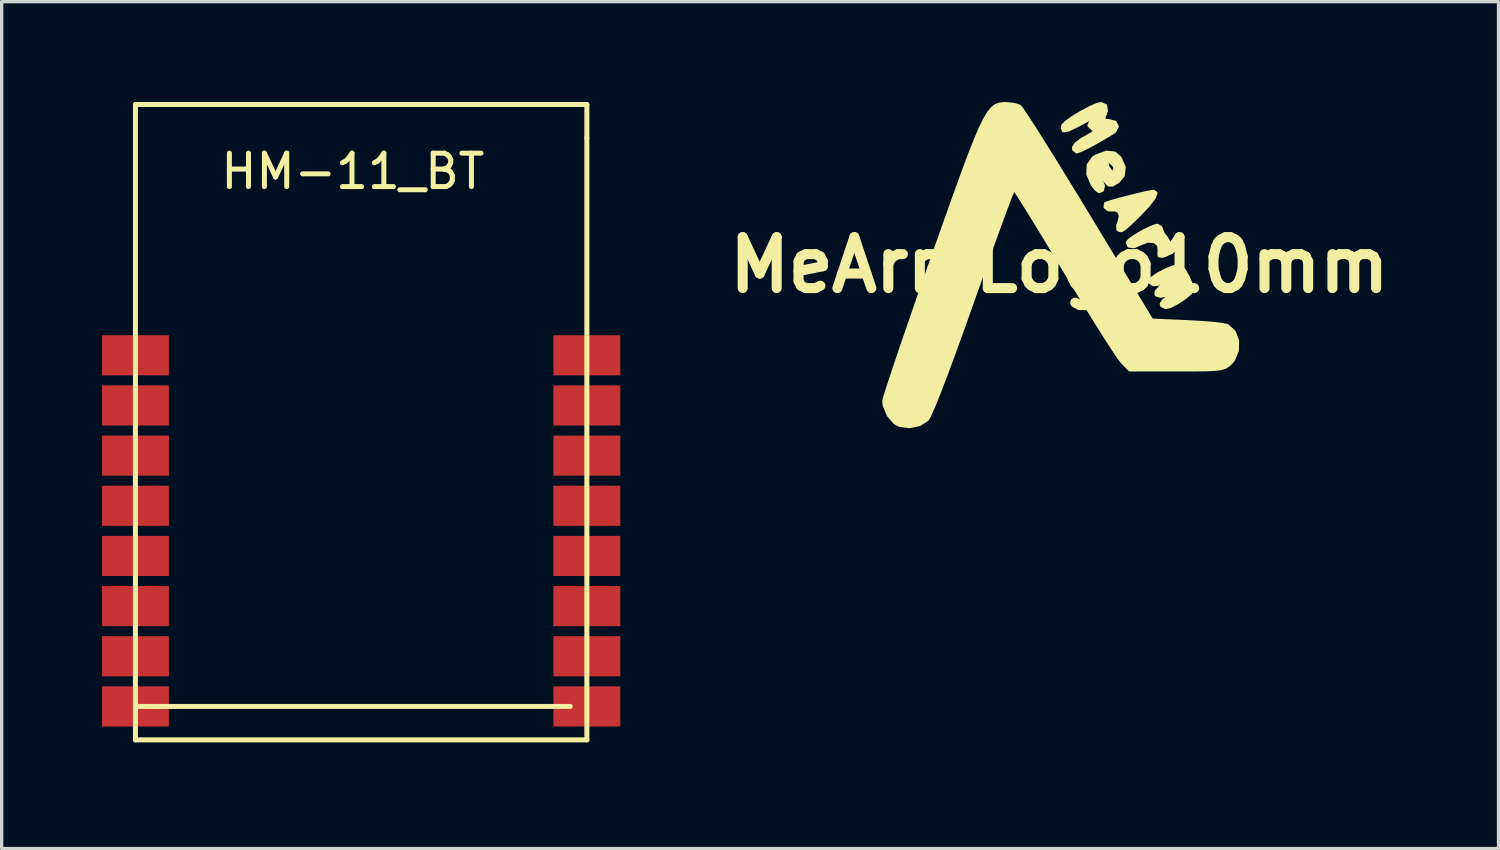
<source format=kicad_pcb>
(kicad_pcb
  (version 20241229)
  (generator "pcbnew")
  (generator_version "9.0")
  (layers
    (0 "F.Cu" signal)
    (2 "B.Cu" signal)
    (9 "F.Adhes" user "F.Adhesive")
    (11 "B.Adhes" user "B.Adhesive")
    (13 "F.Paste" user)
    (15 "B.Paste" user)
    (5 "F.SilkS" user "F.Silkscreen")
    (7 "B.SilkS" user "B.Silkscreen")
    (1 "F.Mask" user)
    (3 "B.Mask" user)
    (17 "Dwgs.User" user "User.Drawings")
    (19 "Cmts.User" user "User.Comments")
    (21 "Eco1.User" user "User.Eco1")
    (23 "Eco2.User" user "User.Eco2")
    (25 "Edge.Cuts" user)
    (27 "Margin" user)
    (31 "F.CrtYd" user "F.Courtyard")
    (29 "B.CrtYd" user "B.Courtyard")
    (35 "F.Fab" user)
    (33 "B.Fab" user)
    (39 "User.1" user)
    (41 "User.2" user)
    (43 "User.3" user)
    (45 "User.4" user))
  (footprint "HM-11_BT"
    (layer "F.Cu")
    (at 7.5 19.075)
    (property "Reference" "HM-11_BT" (at 0 -17 0) (layer "F.SilkS") (effects (font (size 1 1) (thickness 0.15))))
    (attr through_hole)
    (fp_line (start -6.5 -19) (end -6.5 0) (stroke (width 0.15) (type solid)) (layer "F.SilkS"))
    (fp_line (start -6.5 0) (end 7 0) (stroke (width 0.15) (type solid)) (layer "F.SilkS"))
    (fp_line (start 6.5 -1) (end -6.5 -1) (stroke (width 0.15) (type solid)) (layer "F.SilkS"))
    (fp_line (start 7 -19) (end -6.5 -19) (stroke (width 0.15) (type solid)) (layer "F.SilkS"))
    (fp_line (start 7 -18) (end 7 -19) (stroke (width 0.15) (type solid)) (layer "F.SilkS"))
    (fp_line (start 7 0) (end 7 -18) (stroke (width 0.15) (type solid)) (layer "F.SilkS"))
    (pad "1" smd rect (at -6.5 -11.5) (size 2 1.2) (layers "F.Cu" "F.Mask" "F.Paste"))
    (pad "2" smd rect (at -6.5 -10) (size 2 1.2) (layers "F.Cu" "F.Mask" "F.Paste"))
    (pad "3" smd rect (at -6.5 -8.5) (size 2 1.2) (layers "F.Cu" "F.Mask" "F.Paste"))
    (pad "4" smd rect (at -6.5 -7) (size 2 1.2) (layers "F.Cu" "F.Mask" "F.Paste"))
    (pad "5" smd rect (at -6.5 -5.5) (size 2 1.2) (layers "F.Cu" "F.Mask" "F.Paste"))
    (pad "6" smd rect (at -6.5 -4) (size 2 1.2) (layers "F.Cu" "F.Mask" "F.Paste"))
    (pad "7" smd rect (at -6.5 -2.5) (size 2 1.2) (layers "F.Cu" "F.Mask" "F.Paste"))
    (pad "8" smd rect (at -6.5 -1) (size 2 1.2) (layers "F.Cu" "F.Mask" "F.Paste"))
    (pad "9" smd rect (at 7 -1) (size 2 1.2) (layers "F.Cu" "F.Mask" "F.Paste"))
    (pad "10" smd rect (at 7 -2.5) (size 2 1.2) (layers "F.Cu" "F.Mask" "F.Paste"))
    (pad "11" smd rect (at 7 -4) (size 2 1.2) (layers "F.Cu" "F.Mask" "F.Paste"))
    (pad "12" smd rect (at 7 -5.5) (size 2 1.2) (layers "F.Cu" "F.Mask" "F.Paste"))
    (pad "13" smd rect (at 7 -7) (size 2 1.2) (layers "F.Cu" "F.Mask" "F.Paste"))
    (pad "14" smd rect (at 7 -8.5) (size 2 1.2) (layers "F.Cu" "F.Mask" "F.Paste"))
    (pad "15" smd rect (at 7 -10) (size 2 1.2) (layers "F.Cu" "F.Mask" "F.Paste"))
    (pad "16" smd rect (at 7 -11.5) (size 2 1.2) (layers "F.Cu" "F.Mask" "F.Paste")))
  (footprint "MeArmLogo10mm"
    (layer "F.Cu")
    (at 28.631 4.876)
    (property "Reference" "MeArmLogo10mm" (at 0 0 0) (layer "F.SilkS") (effects (font (size 1.524 1.524) (thickness 0.3))))
    (attr through_hole)
    (fp_poly (pts (xy 3.278 -0.482) (xy 3.196 -0.32) (xy 3.099 -0.267) (xy 2.985 -0.276) (xy 2.98 -0.392) (xy 2.987 -0.42) (xy 2.97 -0.599) (xy 2.838 -0.705) (xy 2.637 -0.72) (xy 2.427 -0.637) (xy 2.225 -0.55) (xy 2.079 -0.571) (xy 2.032 -0.675) (xy 2.101 -0.755) (xy 2.273 -0.875) (xy 2.496 -1.005) (xy 2.72 -1.116) (xy 2.892 -1.18) (xy 2.932 -1.185) (xy 3.037 -1.118) (xy 3.048 -1.069) (xy 3.108 -0.921) (xy 3.179 -0.843) (xy 3.275 -0.68) (xy 3.278 -0.482)) (stroke (width 0.1) (type solid)) (fill yes) (layer "F.SilkS"))
    (fp_poly (pts (xy 1.935 -2.923) (xy 1.904 -2.673) (xy 1.759 -2.502) (xy 1.663 -2.443) (xy 1.663 -2.918) (xy 1.612 -3.002) (xy 1.476 -3.122) (xy 1.412 -3.099) (xy 1.444 -2.945) (xy 1.456 -2.919) (xy 1.555 -2.776) (xy 1.637 -2.788) (xy 1.663 -2.918) (xy 1.663 -2.443) (xy 1.59 -2.398) (xy 1.476 -2.399) (xy 1.363 -2.52) (xy 1.28 -2.646) (xy 1.17 -2.798) (xy 1.107 -2.847) (xy 1.102 -2.834) (xy 1.146 -2.705) (xy 1.233 -2.559) (xy 1.313 -2.373) (xy 1.284 -2.239) (xy 1.19 -2.201) (xy 1.098 -2.265) (xy 0.983 -2.41) (xy 0.854 -2.715) (xy 0.865 -2.99) (xy 1.013 -3.204) (xy 1.096 -3.257) (xy 1.413 -3.373) (xy 1.653 -3.345) (xy 1.816 -3.198) (xy 1.935 -2.923)) (stroke (width 0.1) (type solid)) (fill yes) (layer "F.SilkS"))
    (fp_poly (pts (xy 2.885 -2.151) (xy 2.828 -2.006) (xy 2.651 -1.776) (xy 2.389 -1.5) (xy 2.186 -1.302) (xy 2.186 -1.724) (xy 2.173 -1.75) (xy 2.073 -1.76) (xy 2.06 -1.75) (xy 2.072 -1.699) (xy 2.117 -1.693) (xy 2.186 -1.724) (xy 2.186 -1.302) (xy 2.132 -1.249) (xy 1.966 -1.1) (xy 1.864 -1.034) (xy 1.798 -1.035) (xy 1.753 -1.069) (xy 1.744 -1.177) (xy 1.781 -1.275) (xy 1.829 -1.468) (xy 1.775 -1.613) (xy 1.642 -1.658) (xy 1.606 -1.65) (xy 1.464 -1.656) (xy 1.369 -1.733) (xy 1.38 -1.832) (xy 1.385 -1.837) (xy 1.48 -1.874) (xy 1.692 -1.936) (xy 1.973 -2.011) (xy 2.275 -2.087) (xy 2.55 -2.152) (xy 2.75 -2.193) (xy 2.815 -2.201) (xy 2.885 -2.151)) (stroke (width 0.1) (type solid)) (fill yes) (layer "F.SilkS"))
    (fp_poly (pts (xy 1.727 -4.143) (xy 1.648 -3.997) (xy 1.585 -3.95) (xy 1.224 -3.736) (xy 0.904 -3.56) (xy 0.659 -3.438) (xy 0.521 -3.387) (xy 0.514 -3.387) (xy 0.433 -3.455) (xy 0.423 -3.512) (xy 0.493 -3.622) (xy 0.669 -3.757) (xy 0.777 -3.818) (xy 0.983 -3.932) (xy 1.053 -4.005) (xy 1.01 -4.065) (xy 0.984 -4.08) (xy 0.887 -4.172) (xy 0.937 -4.283) (xy 1.001 -4.374) (xy 0.968 -4.39) (xy 0.824 -4.326) (xy 0.557 -4.181) (xy 0.279 -4.045) (xy 0.125 -4.016) (xy 0.087 -4.094) (xy 0.11 -4.178) (xy 0.205 -4.276) (xy 0.404 -4.416) (xy 0.659 -4.569) (xy 0.918 -4.707) (xy 1.134 -4.801) (xy 1.238 -4.826) (xy 1.377 -4.765) (xy 1.401 -4.609) (xy 1.356 -4.489) (xy 1.31 -4.362) (xy 1.389 -4.321) (xy 1.47 -4.318) (xy 1.662 -4.266) (xy 1.727 -4.143)) (stroke (width 0.1) (type solid)) (fill yes) (layer "F.SilkS"))
    (fp_poly (pts (xy 3.979 0.732) (xy 3.911 0.841) (xy 3.742 0.985) (xy 3.526 1.128) (xy 3.315 1.234) (xy 3.177 1.27) (xy 3.063 1.213) (xy 3.048 1.162) (xy 3.116 1.057) (xy 3.286 0.929) (xy 3.345 0.895) (xy 3.522 0.786) (xy 3.605 0.71) (xy 3.604 0.697) (xy 3.517 0.713) (xy 3.373 0.796) (xy 3.175 0.898) (xy 3.029 0.931) (xy 2.897 0.892) (xy 2.895 0.793) (xy 3.013 0.666) (xy 3.185 0.562) (xy 3.366 0.461) (xy 3.447 0.384) (xy 3.445 0.369) (xy 3.35 0.377) (xy 3.204 0.457) (xy 2.992 0.564) (xy 2.813 0.585) (xy 2.716 0.518) (xy 2.709 0.48) (xy 2.781 0.384) (xy 2.959 0.263) (xy 3.189 0.145) (xy 3.416 0.056) (xy 3.585 0.024) (xy 3.627 0.034) (xy 3.731 0.154) (xy 3.85 0.362) (xy 3.945 0.583) (xy 3.979 0.732)) (stroke (width 0.1) (type solid)) (fill yes) (layer "F.SilkS"))
    (fp_poly (pts (xy 5.324 2.257) (xy 5.318 2.556) (xy 5.201 2.835) (xy 5.126 2.925) (xy 5.044 3.001) (xy 4.956 3.056) (xy 4.835 3.093) (xy 4.652 3.116) (xy 4.381 3.128) (xy 3.994 3.132) (xy 3.511 3.133) (xy 2.104 3.133) (xy 1.877 2.9) (xy 1.78 2.773) (xy 1.609 2.519) (xy 1.375 2.157) (xy 1.092 1.706) (xy 0.769 1.185) (xy 0.421 0.613) (xy 0.169 0.194) (xy -0.182 -0.39) (xy -0.506 -0.924) (xy -0.793 -1.394) (xy -1.033 -1.78) (xy -1.214 -2.068) (xy -1.328 -2.24) (xy -1.362 -2.283) (xy -1.4 -2.206) (xy -1.487 -1.986) (xy -1.618 -1.639) (xy -1.786 -1.182) (xy -1.986 -0.631) (xy -2.211 -0.003) (xy -2.456 0.686) (xy -2.59 1.065) (xy -2.891 1.913) (xy -3.164 2.667) (xy -3.405 3.316) (xy -3.609 3.847) (xy -3.773 4.25) (xy -3.891 4.514) (xy -3.954 4.621) (xy -4.187 4.769) (xy -4.487 4.828) (xy -4.78 4.789) (xy -4.918 4.717) (xy -5.114 4.488) (xy -5.234 4.2) (xy -5.249 4.071) (xy -5.222 3.959) (xy -5.143 3.704) (xy -5.017 3.321) (xy -4.851 2.825) (xy -4.65 2.232) (xy -4.418 1.558) (xy -4.161 0.819) (xy -3.884 0.03) (xy -3.792 -0.231) (xy -3.448 -1.204) (xy -3.154 -2.028) (xy -2.905 -2.717) (xy -2.694 -3.283) (xy -2.515 -3.738) (xy -2.363 -4.093) (xy -2.232 -4.361) (xy -2.116 -4.554) (xy -2.01 -4.685) (xy -1.907 -4.765) (xy -1.801 -4.807) (xy -1.688 -4.823) (xy -1.594 -4.825) (xy -1.36 -4.801) (xy -1.19 -4.746) (xy -1.189 -4.745) (xy -1.12 -4.658) (xy -0.974 -4.441) (xy -0.759 -4.11) (xy -0.487 -3.678) (xy -0.165 -3.163) (xy 0.195 -2.578) (xy 0.586 -1.94) (xy 0.848 -1.508) (xy 2.761 1.651) (xy 3.815 1.696) (xy 4.232 1.719) (xy 4.598 1.748) (xy 4.872 1.78) (xy 5.017 1.811) (xy 5.019 1.812) (xy 5.222 1.991) (xy 5.324 2.257)) (stroke (width 0.1) (type solid)) (fill yes) (layer "F.SilkS")))
  (gr_rect
    (start -3 -3)
    (end 41.762 22.325)
    (stroke (width 0.1) (type default))
    (fill no)
    (layer "Edge.Cuts")))
</source>
